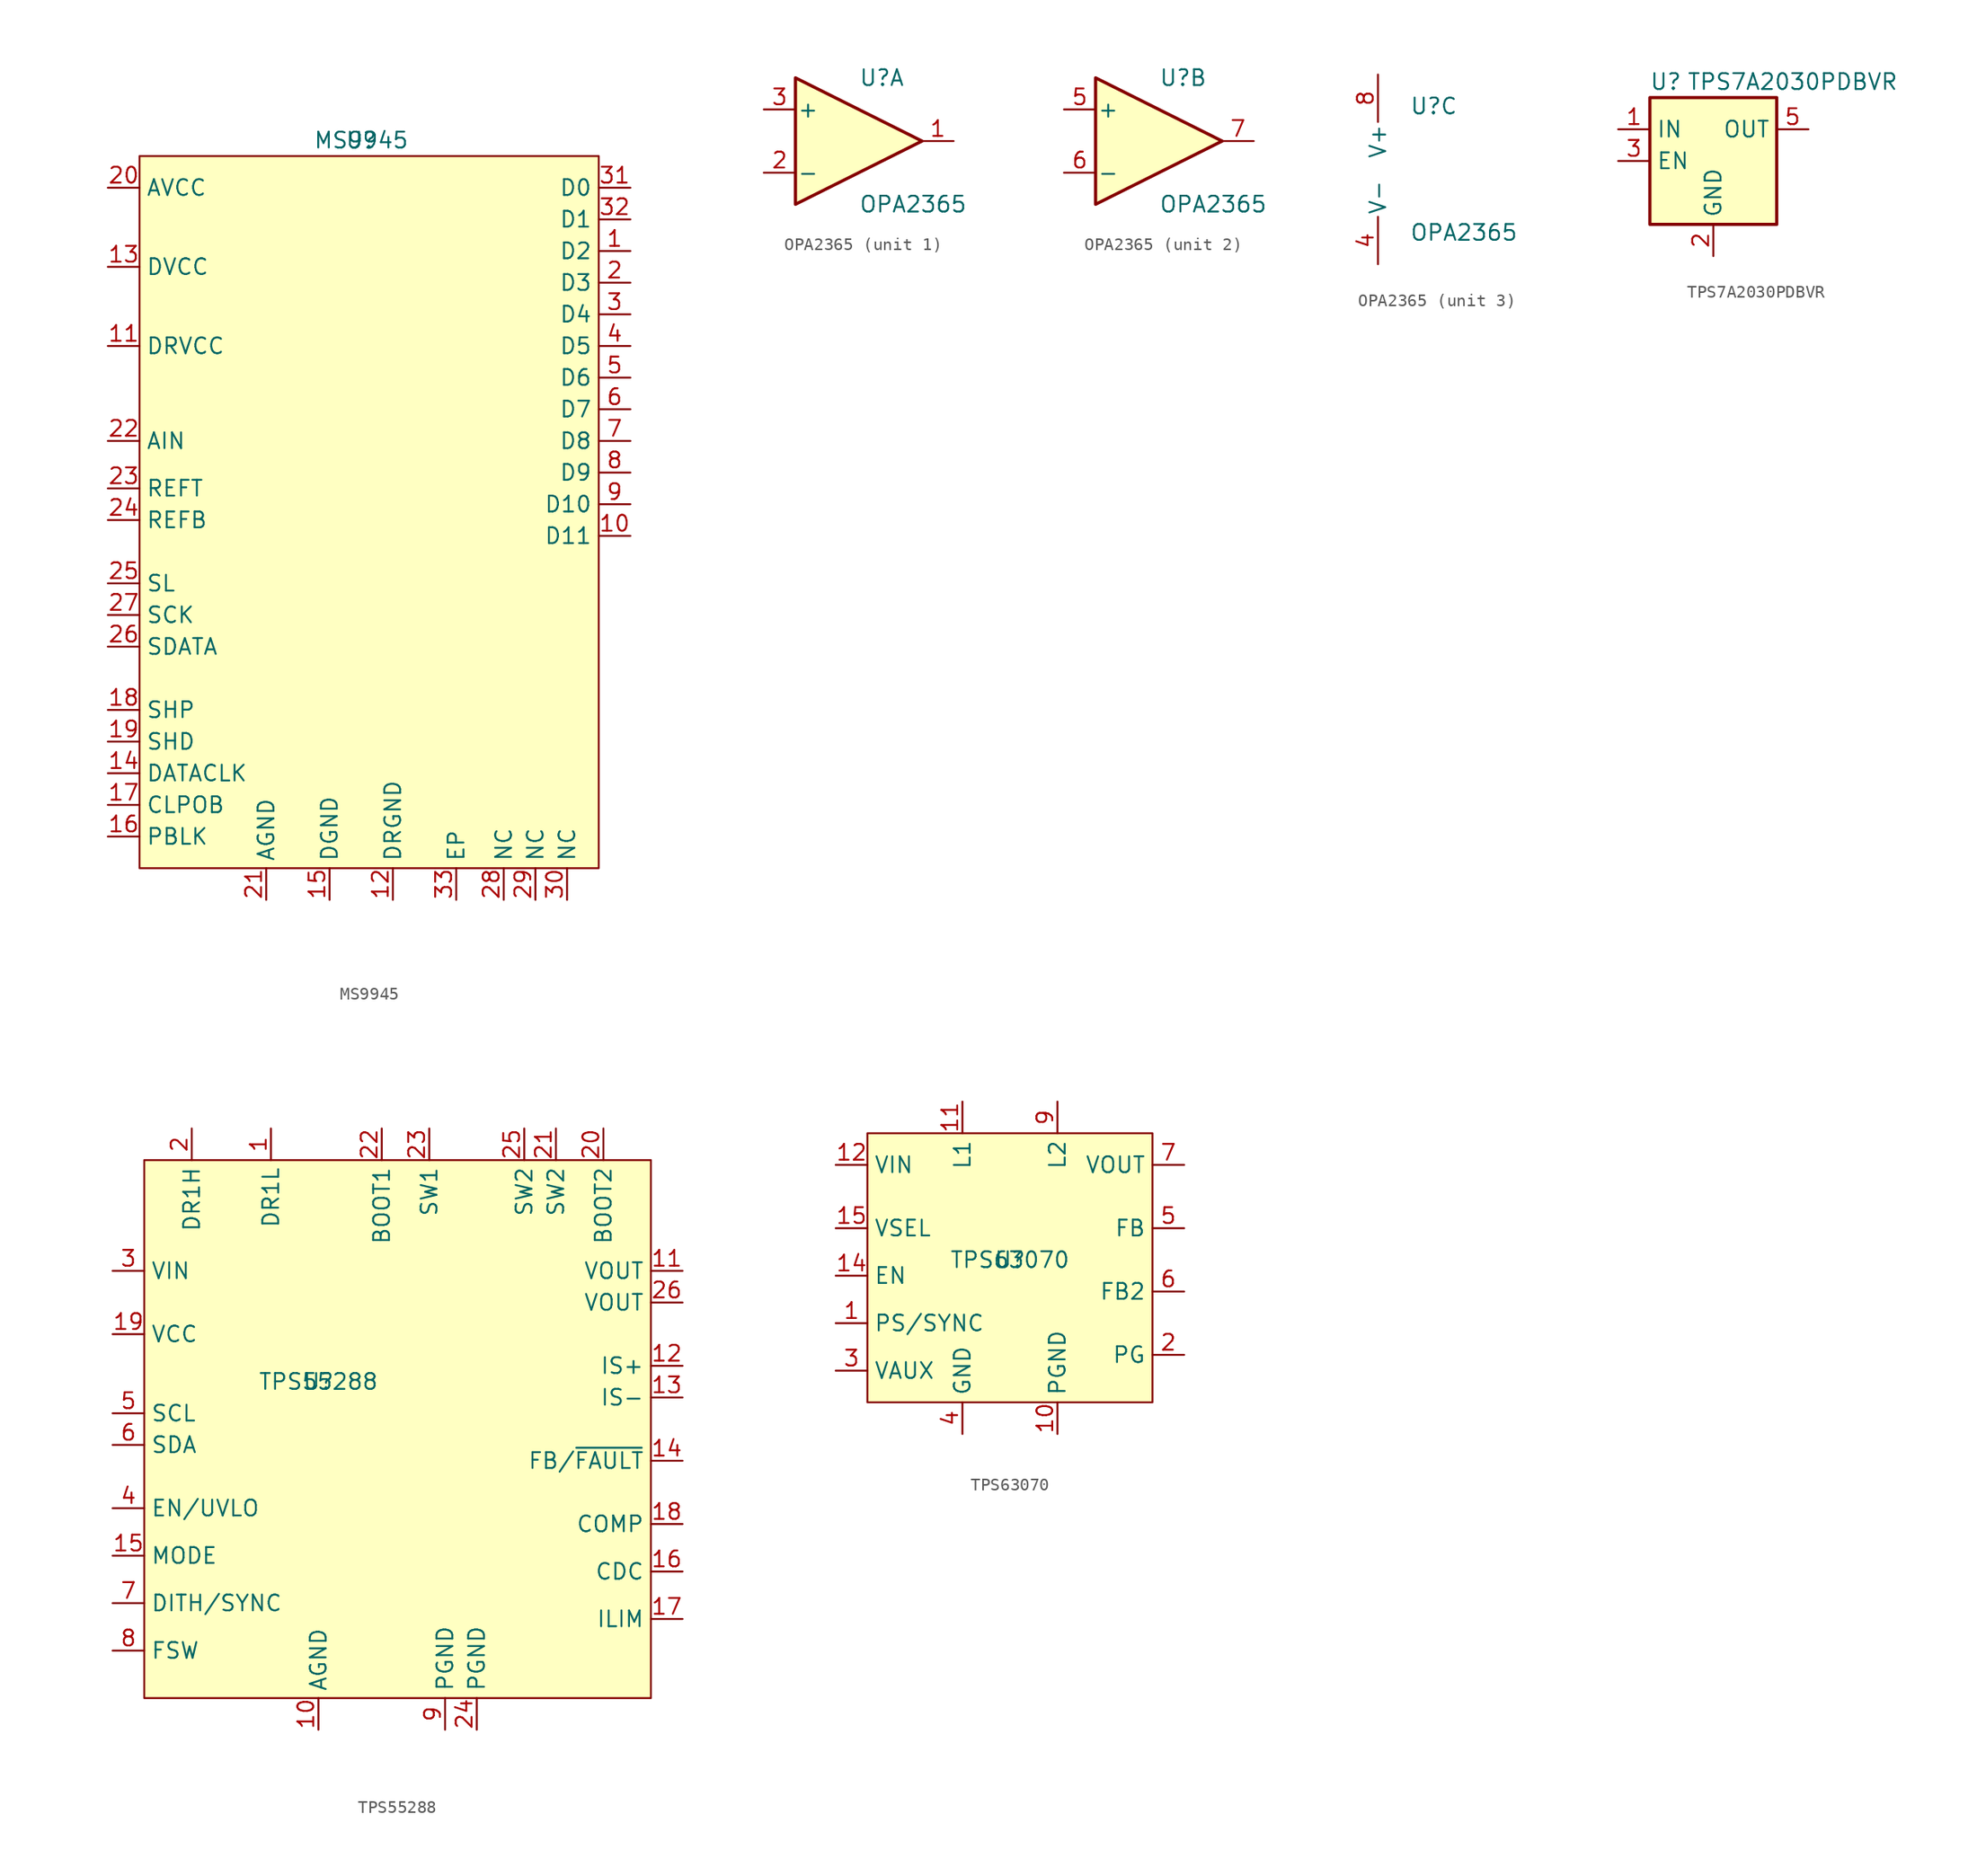
<source format=kicad_sym>
(kicad_symbol_lib
  (version 20231120)
  (generator "kicad_symbol_editor")
  (generator_version "8.0")
  (symbol "MS9945"
    (property "Reference" "U"
      (at 0 29.21 0)
      (effects (font (size 1.27 1.27))))
    (property "Value" "MS9945"
      (at 0 29.21 0)
      (effects (font (size 1.27 1.27))))
    (symbol "MS9945_0_1"
      (rectangle (start -17.78 27.94) (end 19.05 -29.21) (stroke (width 0) (type default)) (fill (type background))))
    (symbol "MS9945_1_1"
      (pin output line (at 21.59 20.32 180) (length 2.54) (name "D2" (effects (font (size 1.27 1.27)))) (number "1" (effects (font (size 1.27 1.27)))))
      (pin output line (at 21.59 -2.54 180) (length 2.54) (name "D11" (effects (font (size 1.27 1.27)))) (number "10" (effects (font (size 1.27 1.27)))))
      (pin power_in line (at -20.32 12.7 0) (length 2.54) (name "DRVCC" (effects (font (size 1.27 1.27)))) (number "11" (effects (font (size 1.27 1.27)))))
      (pin power_in line (at 2.54 -31.75 90) (length 2.54) (name "DRGND" (effects (font (size 1.27 1.27)))) (number "12" (effects (font (size 1.27 1.27)))))
      (pin power_in line (at -20.32 19.05 0) (length 2.54) (name "DVCC" (effects (font (size 1.27 1.27)))) (number "13" (effects (font (size 1.27 1.27)))))
      (pin input line (at -20.32 -21.59 0) (length 2.54) (name "DATACLK" (effects (font (size 1.27 1.27)))) (number "14" (effects (font (size 1.27 1.27)))))
      (pin power_in line (at -2.54 -31.75 90) (length 2.54) (name "DGND" (effects (font (size 1.27 1.27)))) (number "15" (effects (font (size 1.27 1.27)))))
      (pin input line (at -20.32 -26.67 0) (length 2.54) (name "PBLK" (effects (font (size 1.27 1.27)))) (number "16" (effects (font (size 1.27 1.27)))))
      (pin input line (at -20.32 -24.13 0) (length 2.54) (name "CLPOB" (effects (font (size 1.27 1.27)))) (number "17" (effects (font (size 1.27 1.27)))))
      (pin input line (at -20.32 -16.51 0) (length 2.54) (name "SHP" (effects (font (size 1.27 1.27)))) (number "18" (effects (font (size 1.27 1.27)))))
      (pin input line (at -20.32 -19.05 0) (length 2.54) (name "SHD" (effects (font (size 1.27 1.27)))) (number "19" (effects (font (size 1.27 1.27)))))
      (pin output line (at 21.59 17.78 180) (length 2.54) (name "D3" (effects (font (size 1.27 1.27)))) (number "2" (effects (font (size 1.27 1.27)))))
      (pin power_in line (at -20.32 25.4 0) (length 2.54) (name "AVCC" (effects (font (size 1.27 1.27)))) (number "20" (effects (font (size 1.27 1.27)))))
      (pin power_in line (at -7.62 -31.75 90) (length 2.54) (name "AGND" (effects (font (size 1.27 1.27)))) (number "21" (effects (font (size 1.27 1.27)))))
      (pin input line (at -20.32 5.08 0) (length 2.54) (name "AIN" (effects (font (size 1.27 1.27)))) (number "22" (effects (font (size 1.27 1.27)))))
      (pin input line (at -20.32 1.27 0) (length 2.54) (name "REFT" (effects (font (size 1.27 1.27)))) (number "23" (effects (font (size 1.27 1.27)))))
      (pin input line (at -20.32 -1.27 0) (length 2.54) (name "REFB" (effects (font (size 1.27 1.27)))) (number "24" (effects (font (size 1.27 1.27)))))
      (pin output line (at -20.32 -6.35 0) (length 2.54) (name "SL" (effects (font (size 1.27 1.27)))) (number "25" (effects (font (size 1.27 1.27)))))
      (pin input line (at -20.32 -11.43 0) (length 2.54) (name "SDATA" (effects (font (size 1.27 1.27)))) (number "26" (effects (font (size 1.27 1.27)))))
      (pin input line (at -20.32 -8.89 0) (length 2.54) (name "SCK" (effects (font (size 1.27 1.27)))) (number "27" (effects (font (size 1.27 1.27)))))
      (pin input line (at 11.43 -31.75 90) (length 2.54) (name "NC" (effects (font (size 1.27 1.27)))) (number "28" (effects (font (size 1.27 1.27)))))
      (pin input line (at 13.97 -31.75 90) (length 2.54) (name "NC" (effects (font (size 1.27 1.27)))) (number "29" (effects (font (size 1.27 1.27)))))
      (pin output line (at 21.59 15.24 180) (length 2.54) (name "D4" (effects (font (size 1.27 1.27)))) (number "3" (effects (font (size 1.27 1.27)))))
      (pin input line (at 16.51 -31.75 90) (length 2.54) (name "NC" (effects (font (size 1.27 1.27)))) (number "30" (effects (font (size 1.27 1.27)))))
      (pin output line (at 21.59 25.4 180) (length 2.54) (name "D0" (effects (font (size 1.27 1.27)))) (number "31" (effects (font (size 1.27 1.27)))))
      (pin output line (at 21.59 22.86 180) (length 2.54) (name "D1" (effects (font (size 1.27 1.27)))) (number "32" (effects (font (size 1.27 1.27)))))
      (pin free line (at 7.62 -31.75 90) (length 2.54) (name "EP" (effects (font (size 1.27 1.27)))) (number "33" (effects (font (size 1.27 1.27)))))
      (pin output line (at 21.59 12.7 180) (length 2.54) (name "D5" (effects (font (size 1.27 1.27)))) (number "4" (effects (font (size 1.27 1.27)))))
      (pin output line (at 21.59 10.16 180) (length 2.54) (name "D6" (effects (font (size 1.27 1.27)))) (number "5" (effects (font (size 1.27 1.27)))))
      (pin output line (at 21.59 7.62 180) (length 2.54) (name "D7" (effects (font (size 1.27 1.27)))) (number "6" (effects (font (size 1.27 1.27)))))
      (pin output line (at 21.59 5.08 180) (length 2.54) (name "D8" (effects (font (size 1.27 1.27)))) (number "7" (effects (font (size 1.27 1.27)))))
      (pin output line (at 21.59 2.54 180) (length 2.54) (name "D9" (effects (font (size 1.27 1.27)))) (number "8" (effects (font (size 1.27 1.27)))))
      (pin output line (at 21.59 0 180) (length 2.54) (name "D10" (effects (font (size 1.27 1.27)))) (number "9" (effects (font (size 1.27 1.27)))))))
  (symbol "OPA2365"
    (pin_names
      (offset 0.127))
    (property "Reference" "U"
      (at 0 5.08 0)
      (effects (font (size 1.27 1.27)) (justify left)))
    (property "Value" "OPA2365"
      (at 0 -5.08 0)
      (effects (font (size 1.27 1.27)) (justify left)))
    (property "ki_locked" ""
      (at 0 0 0)
      (effects (font (size 1.27 1.27))))
    (symbol "OPA2365_1_1"
      (polyline (pts (xy -5.08 5.08) (xy 5.08 0) (xy -5.08 -5.08) (xy -5.08 5.08)) (stroke (width 0.254) (type default)) (fill (type background)))
      (pin output line (at 7.62 0 180) (length 2.54) (name "~" (effects (font (size 1.27 1.27)))) (number "1" (effects (font (size 1.27 1.27)))))
      (pin input line (at -7.62 -2.54 0) (length 2.54) (name "-" (effects (font (size 1.27 1.27)))) (number "2" (effects (font (size 1.27 1.27)))))
      (pin input line (at -7.62 2.54 0) (length 2.54) (name "+" (effects (font (size 1.27 1.27)))) (number "3" (effects (font (size 1.27 1.27))))))
    (symbol "OPA2365_2_1"
      (polyline (pts (xy -5.08 5.08) (xy 5.08 0) (xy -5.08 -5.08) (xy -5.08 5.08)) (stroke (width 0.254) (type default)) (fill (type background)))
      (pin input line (at -7.62 2.54 0) (length 2.54) (name "+" (effects (font (size 1.27 1.27)))) (number "5" (effects (font (size 1.27 1.27)))))
      (pin input line (at -7.62 -2.54 0) (length 2.54) (name "-" (effects (font (size 1.27 1.27)))) (number "6" (effects (font (size 1.27 1.27)))))
      (pin output line (at 7.62 0 180) (length 2.54) (name "~" (effects (font (size 1.27 1.27)))) (number "7" (effects (font (size 1.27 1.27))))))
    (symbol "OPA2365_3_1"
      (pin power_in line (at -2.54 -7.62 90) (length 3.81) (name "V-" (effects (font (size 1.27 1.27)))) (number "4" (effects (font (size 1.27 1.27)))))
      (pin power_in line (at -2.54 7.62 270) (length 3.81) (name "V+" (effects (font (size 1.27 1.27)))) (number "8" (effects (font (size 1.27 1.27)))))))
  (symbol "TPS7A2030PDBVR"
    (property "Reference" "U"
      (at -3.81 6.35 0)
      (effects (font (size 1.27 1.27))))
    (property "Value" "TPS7A2030PDBVR"
      (at 6.35 6.35 0)
      (effects (font (size 1.27 1.27))))
    (symbol "TPS7A2030PDBVR_0_1"
      (rectangle (start -5.08 -5.08) (end 5.08 5.08) (stroke (width 0.254) (type default)) (fill (type background)))
      (pin power_in line (at -7.62 2.54 0) (length 2.54) (name "IN" (effects (font (size 1.27 1.27)))) (number "1" (effects (font (size 1.27 1.27)))))
      (pin power_in line (at 0 -7.62 90) (length 2.54) (name "GND" (effects (font (size 1.27 1.27)))) (number "2" (effects (font (size 1.27 1.27)))))
      (pin input line (at -7.62 0 0) (length 2.54) (name "EN" (effects (font (size 1.27 1.27)))) (number "3" (effects (font (size 1.27 1.27)))))
      (pin no_connect line (at 5.08 0 180) (length 2.54) hide (name "NC" (effects (font (size 1.27 1.27)))) (number "4" (effects (font (size 1.27 1.27)))))
      (pin power_out line (at 7.62 2.54 180) (length 2.54) (name "OUT" (effects (font (size 1.27 1.27)))) (number "5" (effects (font (size 1.27 1.27)))))))
  (symbol "TPS55288"
    (property "Reference" "U"
      (at -6.35 3.81 0)
      (effects (font (size 1.27 1.27))))
    (property "Value" "TPS55288"
      (at -6.35 3.81 0)
      (effects (font (size 1.27 1.27))))
    (symbol "TPS55288_0_1"
      (rectangle (start -20.32 21.59) (end 20.32 -21.59) (stroke (width 0) (type default)) (fill (type background))))
    (symbol "TPS55288_1_1"
      (pin output line (at -10.16 24.13 270) (length 2.54) (name "DR1L" (effects (font (size 1.27 1.27)))) (number "1" (effects (font (size 1.27 1.27)))))
      (pin power_in line (at -6.35 -24.13 90) (length 2.54) (name "AGND" (effects (font (size 1.27 1.27)))) (number "10" (effects (font (size 1.27 1.27)))))
      (pin power_out line (at 22.86 12.7 180) (length 2.54) (name "VOUT" (effects (font (size 1.27 1.27)))) (number "11" (effects (font (size 1.27 1.27)))))
      (pin input line (at 22.86 5.08 180) (length 2.54) (name "IS+" (effects (font (size 1.27 1.27)))) (number "12" (effects (font (size 1.27 1.27)))))
      (pin input line (at 22.86 2.54 180) (length 2.54) (name "IS-" (effects (font (size 1.27 1.27)))) (number "13" (effects (font (size 1.27 1.27)))))
      (pin bidirectional line (at 22.86 -2.54 180) (length 2.54) (name "FB/~{FAULT}" (effects (font (size 1.27 1.27)))) (number "14" (effects (font (size 1.27 1.27)))))
      (pin input line (at -22.86 -10.16 0) (length 2.54) (name "MODE" (effects (font (size 1.27 1.27)))) (number "15" (effects (font (size 1.27 1.27)))))
      (pin output line (at 22.86 -11.43 180) (length 2.54) (name "CDC" (effects (font (size 1.27 1.27)))) (number "16" (effects (font (size 1.27 1.27)))))
      (pin output line (at 22.86 -15.24 180) (length 2.54) (name "ILIM" (effects (font (size 1.27 1.27)))) (number "17" (effects (font (size 1.27 1.27)))))
      (pin input line (at 22.86 -7.62 180) (length 2.54) (name "COMP" (effects (font (size 1.27 1.27)))) (number "18" (effects (font (size 1.27 1.27)))))
      (pin power_out line (at -22.86 7.62 0) (length 2.54) (name "VCC" (effects (font (size 1.27 1.27)))) (number "19" (effects (font (size 1.27 1.27)))))
      (pin output line (at -16.51 24.13 270) (length 2.54) (name "DR1H" (effects (font (size 1.27 1.27)))) (number "2" (effects (font (size 1.27 1.27)))))
      (pin unspecified line (at 16.51 24.13 270) (length 2.54) (name "BOOT2" (effects (font (size 1.27 1.27)))) (number "20" (effects (font (size 1.27 1.27)))))
      (pin unspecified line (at 12.7 24.13 270) (length 2.54) (name "SW2" (effects (font (size 1.27 1.27)))) (number "21" (effects (font (size 1.27 1.27)))))
      (pin unspecified line (at -1.27 24.13 270) (length 2.54) (name "BOOT1" (effects (font (size 1.27 1.27)))) (number "22" (effects (font (size 1.27 1.27)))))
      (pin unspecified line (at 2.54 24.13 270) (length 2.54) (name "SW1" (effects (font (size 1.27 1.27)))) (number "23" (effects (font (size 1.27 1.27)))))
      (pin power_in line (at 6.35 -24.13 90) (length 2.54) (name "PGND" (effects (font (size 1.27 1.27)))) (number "24" (effects (font (size 1.27 1.27)))))
      (pin unspecified line (at 10.16 24.13 270) (length 2.54) (name "SW2" (effects (font (size 1.27 1.27)))) (number "25" (effects (font (size 1.27 1.27)))))
      (pin power_out line (at 22.86 10.16 180) (length 2.54) (name "VOUT" (effects (font (size 1.27 1.27)))) (number "26" (effects (font (size 1.27 1.27)))))
      (pin power_in line (at -22.86 12.7 0) (length 2.54) (name "VIN" (effects (font (size 1.27 1.27)))) (number "3" (effects (font (size 1.27 1.27)))))
      (pin input line (at -22.86 -6.35 0) (length 2.54) (name "EN/UVLO" (effects (font (size 1.27 1.27)))) (number "4" (effects (font (size 1.27 1.27)))))
      (pin input line (at -22.86 1.27 0) (length 2.54) (name "SCL" (effects (font (size 1.27 1.27)))) (number "5" (effects (font (size 1.27 1.27)))))
      (pin bidirectional line (at -22.86 -1.27 0) (length 2.54) (name "SDA" (effects (font (size 1.27 1.27)))) (number "6" (effects (font (size 1.27 1.27)))))
      (pin input line (at -22.86 -13.97 0) (length 2.54) (name "DITH/SYNC" (effects (font (size 1.27 1.27)))) (number "7" (effects (font (size 1.27 1.27)))))
      (pin output line (at -22.86 -17.78 0) (length 2.54) (name "FSW" (effects (font (size 1.27 1.27)))) (number "8" (effects (font (size 1.27 1.27)))))
      (pin power_in line (at 3.81 -24.13 90) (length 2.54) (name "PGND" (effects (font (size 1.27 1.27)))) (number "9" (effects (font (size 1.27 1.27)))))))
  (symbol "TPS63070"
    (property "Reference" "U"
      (at 0 0 0)
      (effects (font (size 1.27 1.27))))
    (property "Value" "TPS63070"
      (at 0 0 0)
      (effects (font (size 1.27 1.27))))
    (symbol "TPS63070_0_1"
      (rectangle (start -11.43 10.16) (end 11.43 -11.43) (stroke (width 0) (type default)) (fill (type background))))
    (symbol "TPS63070_1_1"
      (pin input line (at -13.97 -5.08 0) (length 2.54) (name "PS/SYNC" (effects (font (size 1.27 1.27)))) (number "1" (effects (font (size 1.27 1.27)))))
      (pin power_in line (at 3.81 -13.97 90) (length 2.54) (name "PGND" (effects (font (size 1.27 1.27)))) (number "10" (effects (font (size 1.27 1.27)))))
      (pin unspecified line (at -3.81 12.7 270) (length 2.54) (name "L1" (effects (font (size 1.27 1.27)))) (number "11" (effects (font (size 1.27 1.27)))))
      (pin power_in line (at -13.97 7.62 0) (length 2.54) (name "VIN" (effects (font (size 1.27 1.27)))) (number "12" (effects (font (size 1.27 1.27)))))
      (pin input line (at -13.97 -1.27 0) (length 2.54) (name "EN" (effects (font (size 1.27 1.27)))) (number "14" (effects (font (size 1.27 1.27)))))
      (pin input line (at -13.97 2.54 0) (length 2.54) (name "VSEL" (effects (font (size 1.27 1.27)))) (number "15" (effects (font (size 1.27 1.27)))))
      (pin open_collector line (at 13.97 -7.62 180) (length 2.54) (name "PG" (effects (font (size 1.27 1.27)))) (number "2" (effects (font (size 1.27 1.27)))))
      (pin unspecified line (at -13.97 -8.89 0) (length 2.54) (name "VAUX" (effects (font (size 1.27 1.27)))) (number "3" (effects (font (size 1.27 1.27)))))
      (pin power_in line (at -3.81 -13.97 90) (length 2.54) (name "GND" (effects (font (size 1.27 1.27)))) (number "4" (effects (font (size 1.27 1.27)))))
      (pin input line (at 13.97 2.54 180) (length 2.54) (name "FB" (effects (font (size 1.27 1.27)))) (number "5" (effects (font (size 1.27 1.27)))))
      (pin input line (at 13.97 -2.54 180) (length 2.54) (name "FB2" (effects (font (size 1.27 1.27)))) (number "6" (effects (font (size 1.27 1.27)))))
      (pin power_out line (at 13.97 7.62 180) (length 2.54) (name "VOUT" (effects (font (size 1.27 1.27)))) (number "7" (effects (font (size 1.27 1.27)))))
      (pin unspecified line (at 3.81 12.7 270) (length 2.54) (name "L2" (effects (font (size 1.27 1.27)))) (number "9" (effects (font (size 1.27 1.27))))))))
</source>
